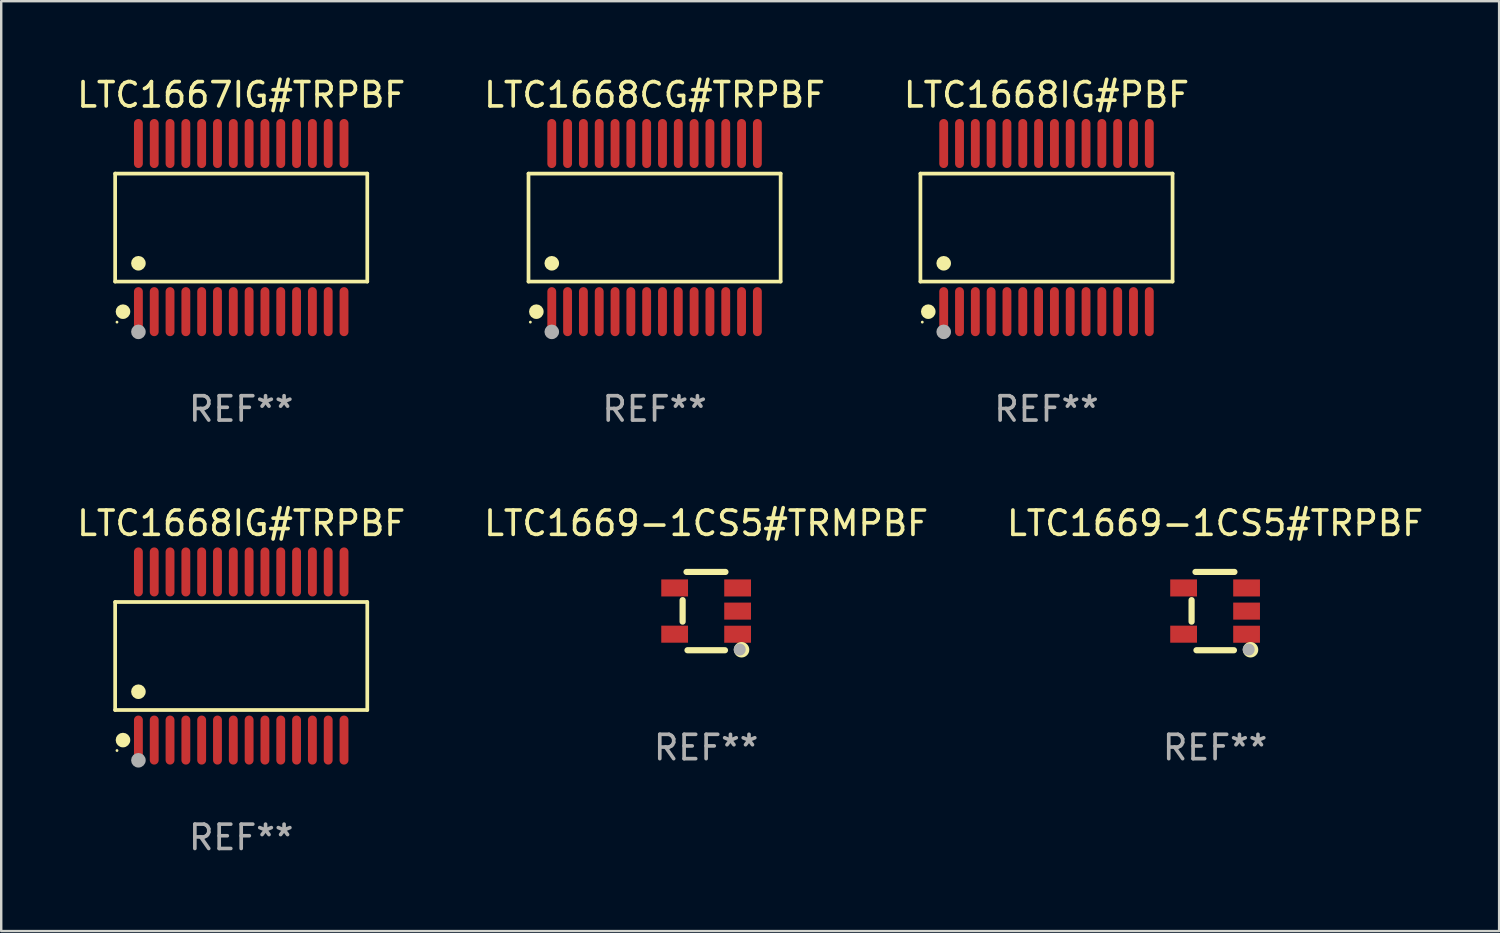
<source format=kicad_pcb>
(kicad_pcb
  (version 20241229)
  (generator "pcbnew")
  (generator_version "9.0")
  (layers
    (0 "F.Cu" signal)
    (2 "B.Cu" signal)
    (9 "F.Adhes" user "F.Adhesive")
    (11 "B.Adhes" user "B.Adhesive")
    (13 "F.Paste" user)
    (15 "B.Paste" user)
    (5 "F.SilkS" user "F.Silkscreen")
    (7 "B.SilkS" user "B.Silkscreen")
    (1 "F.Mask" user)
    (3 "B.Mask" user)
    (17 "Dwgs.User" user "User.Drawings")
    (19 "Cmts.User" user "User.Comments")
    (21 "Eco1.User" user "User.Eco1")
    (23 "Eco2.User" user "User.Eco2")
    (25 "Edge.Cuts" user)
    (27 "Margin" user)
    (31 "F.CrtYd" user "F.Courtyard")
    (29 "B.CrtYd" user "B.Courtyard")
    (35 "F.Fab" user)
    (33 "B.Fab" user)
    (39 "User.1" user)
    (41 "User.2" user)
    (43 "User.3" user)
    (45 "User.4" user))
  (footprint "LTC1669-1CS5#TRMPBF"
    (layer "F.Cu")
    (at 25.97 22.064)
    (property "Reference" "LTC1669-1CS5#TRMPBF" (at 0 -3.609 0) (layer "F.SilkS") (effects (font (size 1 1) (thickness 0.15))))
    (attr through_hole)
    (fp_line (start -0.966 0.433) (end -0.966 -0.451) (stroke (width 0.254) (type solid)) (layer "F.SilkS"))
    (fp_line (start -0.806 -1.609) (end 0.794 -1.609) (stroke (width 0.254) (type solid)) (layer "F.SilkS"))
    (fp_line (start -0.766 1.609) (end 0.774 1.609) (stroke (width 0.254) (type solid)) (layer "F.SilkS"))
    (fp_circle (center 1.4 1.45) (end 1.43 1.45) (stroke (width 0.06) (type solid)) (fill no) (layer "F.SilkS"))
    (fp_circle (center 1.456 1.589) (end 1.52 1.589) (stroke (width 0.254) (type solid)) (fill no) (layer "F.SilkS"))
    (fp_circle (center 1.38 1.58) (end 1.505 1.58) (stroke (width 0.25) (type solid)) (fill no) (layer "F.Fab"))
    (fp_text user "REF**" (at 0 5.609 0) (layer "F.Fab") (effects (font (size 1 1) (thickness 0.15))))
    (pad "1" smd rect (at 1.294 0.951) (size 1.1 0.7) (layers "F.Cu" "F.Mask" "F.Paste"))
    (pad "2" smd rect (at 1.294 0.001) (size 1.1 0.7) (layers "F.Cu" "F.Mask" "F.Paste"))
    (pad "3" smd rect (at 1.294 -0.951) (size 1.1 0.7) (layers "F.Cu" "F.Mask" "F.Paste"))
    (pad "4" smd rect (at -1.294 -0.951 180) (size 1.1 0.7) (layers "F.Cu" "F.Mask" "F.Paste"))
    (pad "5" smd rect (at -1.294 0.949 180) (size 1.1 0.7) (layers "F.Cu" "F.Mask" "F.Paste")))
  (footprint "LTC1669-1CS5#TRPBF"
    (layer "F.Cu")
    (at 46.887 22.064)
    (property "Reference" "LTC1669-1CS5#TRPBF" (at 0 -3.609 0) (layer "F.SilkS") (effects (font (size 1 1) (thickness 0.15))))
    (attr through_hole)
    (fp_line (start -0.966 0.433) (end -0.966 -0.451) (stroke (width 0.254) (type solid)) (layer "F.SilkS"))
    (fp_line (start -0.806 -1.609) (end 0.794 -1.609) (stroke (width 0.254) (type solid)) (layer "F.SilkS"))
    (fp_line (start -0.766 1.609) (end 0.774 1.609) (stroke (width 0.254) (type solid)) (layer "F.SilkS"))
    (fp_circle (center 1.4 1.45) (end 1.43 1.45) (stroke (width 0.06) (type solid)) (fill no) (layer "F.SilkS"))
    (fp_circle (center 1.456 1.589) (end 1.52 1.589) (stroke (width 0.254) (type solid)) (fill no) (layer "F.SilkS"))
    (fp_circle (center 1.38 1.58) (end 1.505 1.58) (stroke (width 0.25) (type solid)) (fill no) (layer "F.Fab"))
    (fp_text user "REF**" (at 0 5.609 0) (layer "F.Fab") (effects (font (size 1 1) (thickness 0.15))))
    (pad "1" smd rect (at 1.294 0.951) (size 1.1 0.7) (layers "F.Cu" "F.Mask" "F.Paste"))
    (pad "2" smd rect (at 1.294 0.001) (size 1.1 0.7) (layers "F.Cu" "F.Mask" "F.Paste"))
    (pad "3" smd rect (at 1.294 -0.951) (size 1.1 0.7) (layers "F.Cu" "F.Mask" "F.Paste"))
    (pad "4" smd rect (at -1.294 -0.951 180) (size 1.1 0.7) (layers "F.Cu" "F.Mask" "F.Paste"))
    (pad "5" smd rect (at -1.294 0.949 180) (size 1.1 0.7) (layers "F.Cu" "F.Mask" "F.Paste")))
  (footprint "LTC1668IG#TRPBF"
    (layer "F.Cu")
    (at 6.863 23.91)
    (property "Reference" "LTC1668IG#TRPBF" (at 0 -5.455 0) (layer "F.SilkS") (effects (font (size 1 1) (thickness 0.15))))
    (attr through_hole)
    (fp_line (start -5.181 -2.219) (end 5.181 -2.219) (stroke (width 0.152) (type solid)) (layer "F.SilkS"))
    (fp_line (start -5.181 2.219) (end -5.181 -2.219) (stroke (width 0.152) (type solid)) (layer "F.SilkS"))
    (fp_line (start 5.181 -2.219) (end 5.181 2.219) (stroke (width 0.152) (type solid)) (layer "F.SilkS"))
    (fp_line (start 5.181 2.219) (end -5.181 2.219) (stroke (width 0.152) (type solid)) (layer "F.SilkS"))
    (fp_circle (center -5.105 3.885) (end -5.075 3.885) (stroke (width 0.06) (type solid)) (fill no) (layer "F.SilkS"))
    (fp_circle (center -4.859 3.455) (end -4.709 3.455) (stroke (width 0.3) (type solid)) (fill no) (layer "F.SilkS"))
    (fp_circle (center -4.225 1.467) (end -4.075 1.467) (stroke (width 0.3) (type solid)) (fill no) (layer "F.SilkS"))
    (fp_circle (center -4.225 4.285) (end -4.075 4.285) (stroke (width 0.3) (type solid)) (fill no) (layer "F.Fab"))
    (fp_text user "REF**" (at 0 7.455 0) (layer "F.Fab") (effects (font (size 1 1) (thickness 0.15))))
    (pad "1" smd oval (at -4.225 3.455) (size 0.364 2.015) (layers "F.Cu" "F.Mask" "F.Paste"))
    (pad "2" smd oval (at -3.575 3.455) (size 0.364 2.015) (layers "F.Cu" "F.Mask" "F.Paste"))
    (pad "3" smd oval (at -2.925 3.455) (size 0.364 2.015) (layers "F.Cu" "F.Mask" "F.Paste"))
    (pad "4" smd oval (at -2.275 3.455) (size 0.364 2.015) (layers "F.Cu" "F.Mask" "F.Paste"))
    (pad "5" smd oval (at -1.625 3.455) (size 0.364 2.015) (layers "F.Cu" "F.Mask" "F.Paste"))
    (pad "6" smd oval (at -0.975 3.455) (size 0.364 2.015) (layers "F.Cu" "F.Mask" "F.Paste"))
    (pad "7" smd oval (at -0.325 3.455) (size 0.364 2.015) (layers "F.Cu" "F.Mask" "F.Paste"))
    (pad "8" smd oval (at 0.325 3.455) (size 0.364 2.015) (layers "F.Cu" "F.Mask" "F.Paste"))
    (pad "9" smd oval (at 0.975 3.455) (size 0.364 2.015) (layers "F.Cu" "F.Mask" "F.Paste"))
    (pad "10" smd oval (at 1.625 3.455) (size 0.364 2.015) (layers "F.Cu" "F.Mask" "F.Paste"))
    (pad "11" smd oval (at 2.275 3.455) (size 0.364 2.015) (layers "F.Cu" "F.Mask" "F.Paste"))
    (pad "12" smd oval (at 2.925 3.455) (size 0.364 2.015) (layers "F.Cu" "F.Mask" "F.Paste"))
    (pad "13" smd oval (at 3.575 3.455) (size 0.364 2.015) (layers "F.Cu" "F.Mask" "F.Paste"))
    (pad "14" smd oval (at 4.225 3.455) (size 0.364 2.015) (layers "F.Cu" "F.Mask" "F.Paste"))
    (pad "15" smd oval (at 4.225 -3.455) (size 0.364 2.015) (layers "F.Cu" "F.Mask" "F.Paste"))
    (pad "16" smd oval (at 3.575 -3.455) (size 0.364 2.015) (layers "F.Cu" "F.Mask" "F.Paste"))
    (pad "17" smd oval (at 2.925 -3.455) (size 0.364 2.015) (layers "F.Cu" "F.Mask" "F.Paste"))
    (pad "18" smd oval (at 2.275 -3.455) (size 0.364 2.015) (layers "F.Cu" "F.Mask" "F.Paste"))
    (pad "19" smd oval (at 1.625 -3.455) (size 0.364 2.015) (layers "F.Cu" "F.Mask" "F.Paste"))
    (pad "20" smd oval (at 0.975 -3.455) (size 0.364 2.015) (layers "F.Cu" "F.Mask" "F.Paste"))
    (pad "21" smd oval (at 0.325 -3.455) (size 0.364 2.015) (layers "F.Cu" "F.Mask" "F.Paste"))
    (pad "22" smd oval (at -0.325 -3.455) (size 0.364 2.015) (layers "F.Cu" "F.Mask" "F.Paste"))
    (pad "23" smd oval (at -0.975 -3.455) (size 0.364 2.015) (layers "F.Cu" "F.Mask" "F.Paste"))
    (pad "24" smd oval (at -1.625 -3.455) (size 0.364 2.015) (layers "F.Cu" "F.Mask" "F.Paste"))
    (pad "25" smd oval (at -2.275 -3.455) (size 0.364 2.015) (layers "F.Cu" "F.Mask" "F.Paste"))
    (pad "26" smd oval (at -2.925 -3.455) (size 0.364 2.015) (layers "F.Cu" "F.Mask" "F.Paste"))
    (pad "27" smd oval (at -3.575 -3.455) (size 0.364 2.015) (layers "F.Cu" "F.Mask" "F.Paste"))
    (pad "28" smd oval (at -4.225 -3.455) (size 0.364 2.015) (layers "F.Cu" "F.Mask" "F.Paste")))
  (footprint "LTC1668IG#PBF"
    (layer "F.Cu")
    (at 39.958 6.303)
    (property "Reference" "LTC1668IG#PBF" (at 0 -5.455 0) (layer "F.SilkS") (effects (font (size 1 1) (thickness 0.15))))
    (attr through_hole)
    (fp_line (start -5.181 -2.219) (end 5.181 -2.219) (stroke (width 0.152) (type solid)) (layer "F.SilkS"))
    (fp_line (start -5.181 2.219) (end -5.181 -2.219) (stroke (width 0.152) (type solid)) (layer "F.SilkS"))
    (fp_line (start 5.181 -2.219) (end 5.181 2.219) (stroke (width 0.152) (type solid)) (layer "F.SilkS"))
    (fp_line (start 5.181 2.219) (end -5.181 2.219) (stroke (width 0.152) (type solid)) (layer "F.SilkS"))
    (fp_circle (center -5.105 3.885) (end -5.075 3.885) (stroke (width 0.06) (type solid)) (fill no) (layer "F.SilkS"))
    (fp_circle (center -4.859 3.455) (end -4.709 3.455) (stroke (width 0.3) (type solid)) (fill no) (layer "F.SilkS"))
    (fp_circle (center -4.225 1.467) (end -4.075 1.467) (stroke (width 0.3) (type solid)) (fill no) (layer "F.SilkS"))
    (fp_circle (center -4.225 4.285) (end -4.075 4.285) (stroke (width 0.3) (type solid)) (fill no) (layer "F.Fab"))
    (fp_text user "REF**" (at 0 7.455 0) (layer "F.Fab") (effects (font (size 1 1) (thickness 0.15))))
    (pad "1" smd oval (at -4.225 3.455) (size 0.364 2.015) (layers "F.Cu" "F.Mask" "F.Paste"))
    (pad "2" smd oval (at -3.575 3.455) (size 0.364 2.015) (layers "F.Cu" "F.Mask" "F.Paste"))
    (pad "3" smd oval (at -2.925 3.455) (size 0.364 2.015) (layers "F.Cu" "F.Mask" "F.Paste"))
    (pad "4" smd oval (at -2.275 3.455) (size 0.364 2.015) (layers "F.Cu" "F.Mask" "F.Paste"))
    (pad "5" smd oval (at -1.625 3.455) (size 0.364 2.015) (layers "F.Cu" "F.Mask" "F.Paste"))
    (pad "6" smd oval (at -0.975 3.455) (size 0.364 2.015) (layers "F.Cu" "F.Mask" "F.Paste"))
    (pad "7" smd oval (at -0.325 3.455) (size 0.364 2.015) (layers "F.Cu" "F.Mask" "F.Paste"))
    (pad "8" smd oval (at 0.325 3.455) (size 0.364 2.015) (layers "F.Cu" "F.Mask" "F.Paste"))
    (pad "9" smd oval (at 0.975 3.455) (size 0.364 2.015) (layers "F.Cu" "F.Mask" "F.Paste"))
    (pad "10" smd oval (at 1.625 3.455) (size 0.364 2.015) (layers "F.Cu" "F.Mask" "F.Paste"))
    (pad "11" smd oval (at 2.275 3.455) (size 0.364 2.015) (layers "F.Cu" "F.Mask" "F.Paste"))
    (pad "12" smd oval (at 2.925 3.455) (size 0.364 2.015) (layers "F.Cu" "F.Mask" "F.Paste"))
    (pad "13" smd oval (at 3.575 3.455) (size 0.364 2.015) (layers "F.Cu" "F.Mask" "F.Paste"))
    (pad "14" smd oval (at 4.225 3.455) (size 0.364 2.015) (layers "F.Cu" "F.Mask" "F.Paste"))
    (pad "15" smd oval (at 4.225 -3.455) (size 0.364 2.015) (layers "F.Cu" "F.Mask" "F.Paste"))
    (pad "16" smd oval (at 3.575 -3.455) (size 0.364 2.015) (layers "F.Cu" "F.Mask" "F.Paste"))
    (pad "17" smd oval (at 2.925 -3.455) (size 0.364 2.015) (layers "F.Cu" "F.Mask" "F.Paste"))
    (pad "18" smd oval (at 2.275 -3.455) (size 0.364 2.015) (layers "F.Cu" "F.Mask" "F.Paste"))
    (pad "19" smd oval (at 1.625 -3.455) (size 0.364 2.015) (layers "F.Cu" "F.Mask" "F.Paste"))
    (pad "20" smd oval (at 0.975 -3.455) (size 0.364 2.015) (layers "F.Cu" "F.Mask" "F.Paste"))
    (pad "21" smd oval (at 0.325 -3.455) (size 0.364 2.015) (layers "F.Cu" "F.Mask" "F.Paste"))
    (pad "22" smd oval (at -0.325 -3.455) (size 0.364 2.015) (layers "F.Cu" "F.Mask" "F.Paste"))
    (pad "23" smd oval (at -0.975 -3.455) (size 0.364 2.015) (layers "F.Cu" "F.Mask" "F.Paste"))
    (pad "24" smd oval (at -1.625 -3.455) (size 0.364 2.015) (layers "F.Cu" "F.Mask" "F.Paste"))
    (pad "25" smd oval (at -2.275 -3.455) (size 0.364 2.015) (layers "F.Cu" "F.Mask" "F.Paste"))
    (pad "26" smd oval (at -2.925 -3.455) (size 0.364 2.015) (layers "F.Cu" "F.Mask" "F.Paste"))
    (pad "27" smd oval (at -3.575 -3.455) (size 0.364 2.015) (layers "F.Cu" "F.Mask" "F.Paste"))
    (pad "28" smd oval (at -4.225 -3.455) (size 0.364 2.015) (layers "F.Cu" "F.Mask" "F.Paste")))
  (footprint "LTC1668CG#TRPBF"
    (layer "F.Cu")
    (at 23.851 6.303)
    (property "Reference" "LTC1668CG#TRPBF" (at 0 -5.455 0) (layer "F.SilkS") (effects (font (size 1 1) (thickness 0.15))))
    (attr through_hole)
    (fp_line (start -5.181 -2.219) (end 5.181 -2.219) (stroke (width 0.152) (type solid)) (layer "F.SilkS"))
    (fp_line (start -5.181 2.219) (end -5.181 -2.219) (stroke (width 0.152) (type solid)) (layer "F.SilkS"))
    (fp_line (start 5.181 -2.219) (end 5.181 2.219) (stroke (width 0.152) (type solid)) (layer "F.SilkS"))
    (fp_line (start 5.181 2.219) (end -5.181 2.219) (stroke (width 0.152) (type solid)) (layer "F.SilkS"))
    (fp_circle (center -5.105 3.885) (end -5.075 3.885) (stroke (width 0.06) (type solid)) (fill no) (layer "F.SilkS"))
    (fp_circle (center -4.859 3.455) (end -4.709 3.455) (stroke (width 0.3) (type solid)) (fill no) (layer "F.SilkS"))
    (fp_circle (center -4.225 1.467) (end -4.075 1.467) (stroke (width 0.3) (type solid)) (fill no) (layer "F.SilkS"))
    (fp_circle (center -4.225 4.285) (end -4.075 4.285) (stroke (width 0.3) (type solid)) (fill no) (layer "F.Fab"))
    (fp_text user "REF**" (at 0 7.455 0) (layer "F.Fab") (effects (font (size 1 1) (thickness 0.15))))
    (pad "1" smd oval (at -4.225 3.455) (size 0.364 2.015) (layers "F.Cu" "F.Mask" "F.Paste"))
    (pad "2" smd oval (at -3.575 3.455) (size 0.364 2.015) (layers "F.Cu" "F.Mask" "F.Paste"))
    (pad "3" smd oval (at -2.925 3.455) (size 0.364 2.015) (layers "F.Cu" "F.Mask" "F.Paste"))
    (pad "4" smd oval (at -2.275 3.455) (size 0.364 2.015) (layers "F.Cu" "F.Mask" "F.Paste"))
    (pad "5" smd oval (at -1.625 3.455) (size 0.364 2.015) (layers "F.Cu" "F.Mask" "F.Paste"))
    (pad "6" smd oval (at -0.975 3.455) (size 0.364 2.015) (layers "F.Cu" "F.Mask" "F.Paste"))
    (pad "7" smd oval (at -0.325 3.455) (size 0.364 2.015) (layers "F.Cu" "F.Mask" "F.Paste"))
    (pad "8" smd oval (at 0.325 3.455) (size 0.364 2.015) (layers "F.Cu" "F.Mask" "F.Paste"))
    (pad "9" smd oval (at 0.975 3.455) (size 0.364 2.015) (layers "F.Cu" "F.Mask" "F.Paste"))
    (pad "10" smd oval (at 1.625 3.455) (size 0.364 2.015) (layers "F.Cu" "F.Mask" "F.Paste"))
    (pad "11" smd oval (at 2.275 3.455) (size 0.364 2.015) (layers "F.Cu" "F.Mask" "F.Paste"))
    (pad "12" smd oval (at 2.925 3.455) (size 0.364 2.015) (layers "F.Cu" "F.Mask" "F.Paste"))
    (pad "13" smd oval (at 3.575 3.455) (size 0.364 2.015) (layers "F.Cu" "F.Mask" "F.Paste"))
    (pad "14" smd oval (at 4.225 3.455) (size 0.364 2.015) (layers "F.Cu" "F.Mask" "F.Paste"))
    (pad "15" smd oval (at 4.225 -3.455) (size 0.364 2.015) (layers "F.Cu" "F.Mask" "F.Paste"))
    (pad "16" smd oval (at 3.575 -3.455) (size 0.364 2.015) (layers "F.Cu" "F.Mask" "F.Paste"))
    (pad "17" smd oval (at 2.925 -3.455) (size 0.364 2.015) (layers "F.Cu" "F.Mask" "F.Paste"))
    (pad "18" smd oval (at 2.275 -3.455) (size 0.364 2.015) (layers "F.Cu" "F.Mask" "F.Paste"))
    (pad "19" smd oval (at 1.625 -3.455) (size 0.364 2.015) (layers "F.Cu" "F.Mask" "F.Paste"))
    (pad "20" smd oval (at 0.975 -3.455) (size 0.364 2.015) (layers "F.Cu" "F.Mask" "F.Paste"))
    (pad "21" smd oval (at 0.325 -3.455) (size 0.364 2.015) (layers "F.Cu" "F.Mask" "F.Paste"))
    (pad "22" smd oval (at -0.325 -3.455) (size 0.364 2.015) (layers "F.Cu" "F.Mask" "F.Paste"))
    (pad "23" smd oval (at -0.975 -3.455) (size 0.364 2.015) (layers "F.Cu" "F.Mask" "F.Paste"))
    (pad "24" smd oval (at -1.625 -3.455) (size 0.364 2.015) (layers "F.Cu" "F.Mask" "F.Paste"))
    (pad "25" smd oval (at -2.275 -3.455) (size 0.364 2.015) (layers "F.Cu" "F.Mask" "F.Paste"))
    (pad "26" smd oval (at -2.925 -3.455) (size 0.364 2.015) (layers "F.Cu" "F.Mask" "F.Paste"))
    (pad "27" smd oval (at -3.575 -3.455) (size 0.364 2.015) (layers "F.Cu" "F.Mask" "F.Paste"))
    (pad "28" smd oval (at -4.225 -3.455) (size 0.364 2.015) (layers "F.Cu" "F.Mask" "F.Paste")))
  (footprint "LTC1667IG#TRPBF"
    (layer "F.Cu")
    (at 6.863 6.303)
    (property "Reference" "LTC1667IG#TRPBF" (at 0 -5.455 0) (layer "F.SilkS") (effects (font (size 1 1) (thickness 0.15))))
    (attr through_hole)
    (fp_line (start -5.181 -2.219) (end 5.181 -2.219) (stroke (width 0.152) (type solid)) (layer "F.SilkS"))
    (fp_line (start -5.181 2.219) (end -5.181 -2.219) (stroke (width 0.152) (type solid)) (layer "F.SilkS"))
    (fp_line (start 5.181 -2.219) (end 5.181 2.219) (stroke (width 0.152) (type solid)) (layer "F.SilkS"))
    (fp_line (start 5.181 2.219) (end -5.181 2.219) (stroke (width 0.152) (type solid)) (layer "F.SilkS"))
    (fp_circle (center -5.105 3.885) (end -5.075 3.885) (stroke (width 0.06) (type solid)) (fill no) (layer "F.SilkS"))
    (fp_circle (center -4.859 3.455) (end -4.709 3.455) (stroke (width 0.3) (type solid)) (fill no) (layer "F.SilkS"))
    (fp_circle (center -4.225 1.467) (end -4.075 1.467) (stroke (width 0.3) (type solid)) (fill no) (layer "F.SilkS"))
    (fp_circle (center -4.225 4.285) (end -4.075 4.285) (stroke (width 0.3) (type solid)) (fill no) (layer "F.Fab"))
    (fp_text user "REF**" (at 0 7.455 0) (layer "F.Fab") (effects (font (size 1 1) (thickness 0.15))))
    (pad "1" smd oval (at -4.225 3.455) (size 0.364 2.015) (layers "F.Cu" "F.Mask" "F.Paste"))
    (pad "2" smd oval (at -3.575 3.455) (size 0.364 2.015) (layers "F.Cu" "F.Mask" "F.Paste"))
    (pad "3" smd oval (at -2.925 3.455) (size 0.364 2.015) (layers "F.Cu" "F.Mask" "F.Paste"))
    (pad "4" smd oval (at -2.275 3.455) (size 0.364 2.015) (layers "F.Cu" "F.Mask" "F.Paste"))
    (pad "5" smd oval (at -1.625 3.455) (size 0.364 2.015) (layers "F.Cu" "F.Mask" "F.Paste"))
    (pad "6" smd oval (at -0.975 3.455) (size 0.364 2.015) (layers "F.Cu" "F.Mask" "F.Paste"))
    (pad "7" smd oval (at -0.325 3.455) (size 0.364 2.015) (layers "F.Cu" "F.Mask" "F.Paste"))
    (pad "8" smd oval (at 0.325 3.455) (size 0.364 2.015) (layers "F.Cu" "F.Mask" "F.Paste"))
    (pad "9" smd oval (at 0.975 3.455) (size 0.364 2.015) (layers "F.Cu" "F.Mask" "F.Paste"))
    (pad "10" smd oval (at 1.625 3.455) (size 0.364 2.015) (layers "F.Cu" "F.Mask" "F.Paste"))
    (pad "11" smd oval (at 2.275 3.455) (size 0.364 2.015) (layers "F.Cu" "F.Mask" "F.Paste"))
    (pad "12" smd oval (at 2.925 3.455) (size 0.364 2.015) (layers "F.Cu" "F.Mask" "F.Paste"))
    (pad "13" smd oval (at 3.575 3.455) (size 0.364 2.015) (layers "F.Cu" "F.Mask" "F.Paste"))
    (pad "14" smd oval (at 4.225 3.455) (size 0.364 2.015) (layers "F.Cu" "F.Mask" "F.Paste"))
    (pad "15" smd oval (at 4.225 -3.455) (size 0.364 2.015) (layers "F.Cu" "F.Mask" "F.Paste"))
    (pad "16" smd oval (at 3.575 -3.455) (size 0.364 2.015) (layers "F.Cu" "F.Mask" "F.Paste"))
    (pad "17" smd oval (at 2.925 -3.455) (size 0.364 2.015) (layers "F.Cu" "F.Mask" "F.Paste"))
    (pad "18" smd oval (at 2.275 -3.455) (size 0.364 2.015) (layers "F.Cu" "F.Mask" "F.Paste"))
    (pad "19" smd oval (at 1.625 -3.455) (size 0.364 2.015) (layers "F.Cu" "F.Mask" "F.Paste"))
    (pad "20" smd oval (at 0.975 -3.455) (size 0.364 2.015) (layers "F.Cu" "F.Mask" "F.Paste"))
    (pad "21" smd oval (at 0.325 -3.455) (size 0.364 2.015) (layers "F.Cu" "F.Mask" "F.Paste"))
    (pad "22" smd oval (at -0.325 -3.455) (size 0.364 2.015) (layers "F.Cu" "F.Mask" "F.Paste"))
    (pad "23" smd oval (at -0.975 -3.455) (size 0.364 2.015) (layers "F.Cu" "F.Mask" "F.Paste"))
    (pad "24" smd oval (at -1.625 -3.455) (size 0.364 2.015) (layers "F.Cu" "F.Mask" "F.Paste"))
    (pad "25" smd oval (at -2.275 -3.455) (size 0.364 2.015) (layers "F.Cu" "F.Mask" "F.Paste"))
    (pad "26" smd oval (at -2.925 -3.455) (size 0.364 2.015) (layers "F.Cu" "F.Mask" "F.Paste"))
    (pad "27" smd oval (at -3.575 -3.455) (size 0.364 2.015) (layers "F.Cu" "F.Mask" "F.Paste"))
    (pad "28" smd oval (at -4.225 -3.455) (size 0.364 2.015) (layers "F.Cu" "F.Mask" "F.Paste")))
  (gr_rect
    (start -3 -3)
    (end 58.56 35.214)
    (stroke (width 0.1) (type default))
    (fill no)
    (layer "Edge.Cuts")))
</source>
